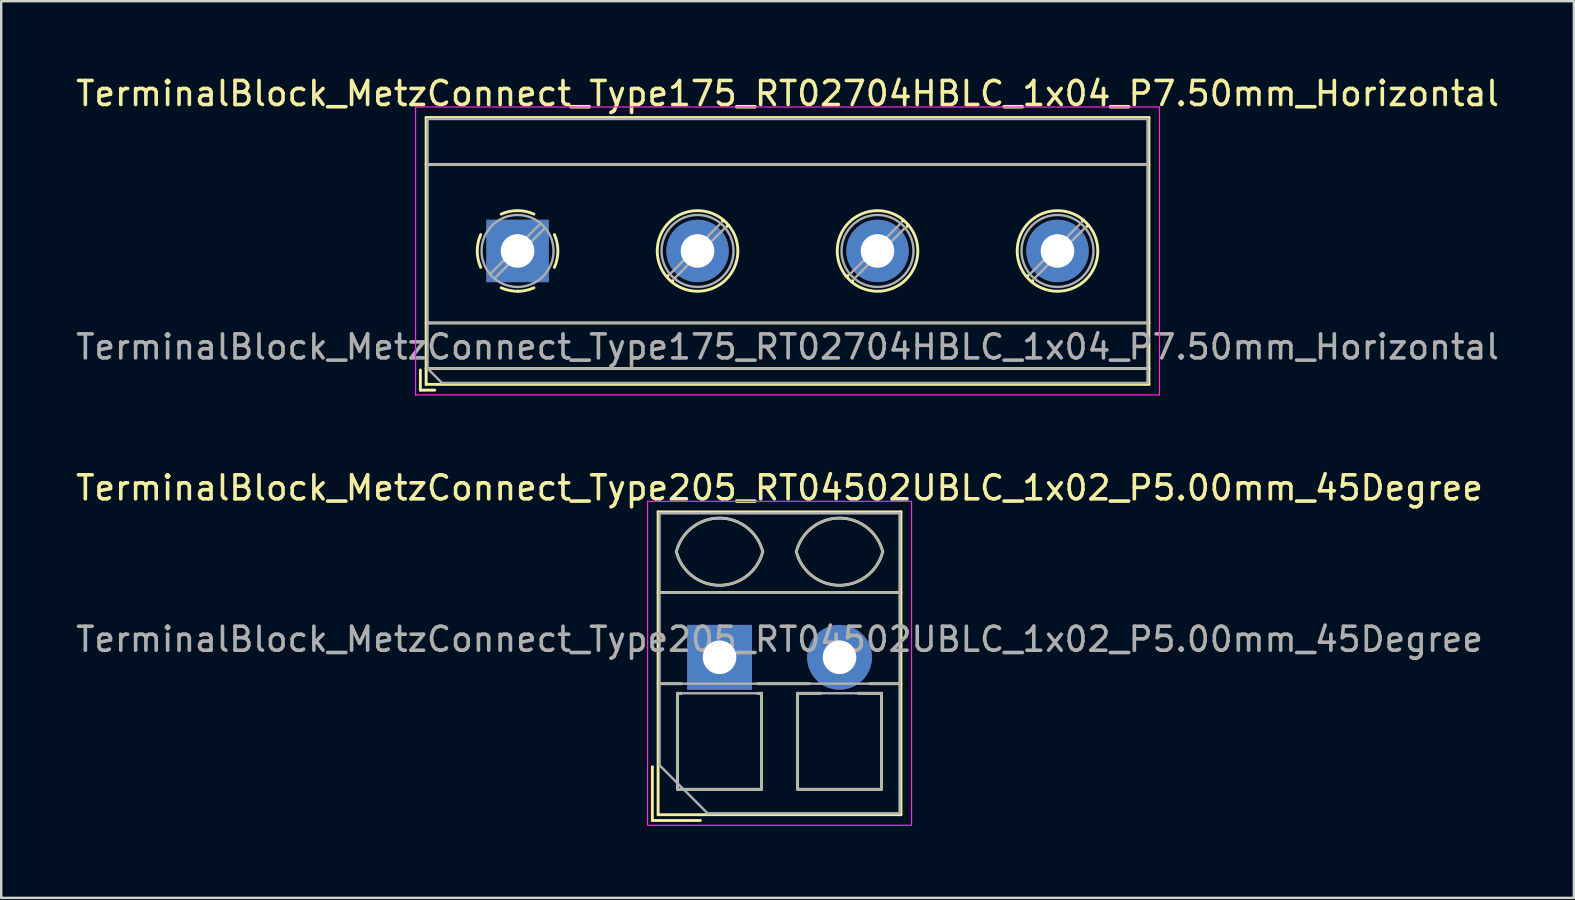
<source format=kicad_pcb>
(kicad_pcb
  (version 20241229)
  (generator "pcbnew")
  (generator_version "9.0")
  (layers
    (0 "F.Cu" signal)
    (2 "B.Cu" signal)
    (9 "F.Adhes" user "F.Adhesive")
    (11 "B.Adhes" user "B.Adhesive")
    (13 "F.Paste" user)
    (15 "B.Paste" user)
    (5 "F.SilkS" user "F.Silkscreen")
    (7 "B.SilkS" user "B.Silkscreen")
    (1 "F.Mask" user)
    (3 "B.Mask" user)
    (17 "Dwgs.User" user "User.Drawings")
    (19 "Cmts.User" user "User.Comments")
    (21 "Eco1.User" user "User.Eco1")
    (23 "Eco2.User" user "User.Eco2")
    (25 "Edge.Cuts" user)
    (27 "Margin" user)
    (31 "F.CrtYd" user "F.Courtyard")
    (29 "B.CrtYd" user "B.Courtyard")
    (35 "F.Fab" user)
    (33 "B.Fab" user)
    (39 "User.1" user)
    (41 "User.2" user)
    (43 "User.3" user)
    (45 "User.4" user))
  (footprint "TerminalBlock_MetzConnect_Type175_RT02704HBLC_1x04_P7.50mm_Horizontal"
    (layer "F.Cu")
    (at 18.518 7.408)
    (property "Reference" "TerminalBlock_MetzConnect_Type175_RT02704HBLC_1x04_P7.50mm_Horizontal" (at 11.25 -6.56 0) (layer "F.SilkS") (effects (font (size 1 1) (thickness 0.15))))
    (attr through_hole)
    (fp_line (start -4.05 4.96) (end -4.05 5.8) (stroke (width 0.12) (type solid)) (layer "F.SilkS"))
    (fp_line (start -4.05 5.8) (end -3.45 5.8) (stroke (width 0.12) (type solid)) (layer "F.SilkS"))
    (fp_line (start -3.81 -5.56) (end -3.81 5.56) (stroke (width 0.12) (type solid)) (layer "F.SilkS"))
    (fp_line (start -3.81 -5.56) (end 26.31 -5.56) (stroke (width 0.12) (type solid)) (layer "F.SilkS"))
    (fp_line (start -3.81 -3.6) (end 26.31 -3.6) (stroke (width 0.12) (type solid)) (layer "F.SilkS"))
    (fp_line (start -3.81 3) (end 26.31 3) (stroke (width 0.12) (type solid)) (layer "F.SilkS"))
    (fp_line (start -3.81 4.9) (end 26.31 4.9) (stroke (width 0.12) (type solid)) (layer "F.SilkS"))
    (fp_line (start -3.81 5.56) (end 26.31 5.56) (stroke (width 0.12) (type solid)) (layer "F.SilkS"))
    (fp_line (start 6.273 1.023) (end 6.226 1.069) (stroke (width 0.12) (type solid)) (layer "F.SilkS"))
    (fp_line (start 6.466 1.239) (end 6.431 1.274) (stroke (width 0.12) (type solid)) (layer "F.SilkS"))
    (fp_line (start 8.57 -1.275) (end 8.535 -1.239) (stroke (width 0.12) (type solid)) (layer "F.SilkS"))
    (fp_line (start 8.775 -1.069) (end 8.728 -1.023) (stroke (width 0.12) (type solid)) (layer "F.SilkS"))
    (fp_line (start 13.773 1.023) (end 13.726 1.069) (stroke (width 0.12) (type solid)) (layer "F.SilkS"))
    (fp_line (start 13.966 1.239) (end 13.931 1.274) (stroke (width 0.12) (type solid)) (layer "F.SilkS"))
    (fp_line (start 16.07 -1.275) (end 16.035 -1.239) (stroke (width 0.12) (type solid)) (layer "F.SilkS"))
    (fp_line (start 16.275 -1.069) (end 16.228 -1.023) (stroke (width 0.12) (type solid)) (layer "F.SilkS"))
    (fp_line (start 21.273 1.023) (end 21.226 1.069) (stroke (width 0.12) (type solid)) (layer "F.SilkS"))
    (fp_line (start 21.466 1.239) (end 21.431 1.274) (stroke (width 0.12) (type solid)) (layer "F.SilkS"))
    (fp_line (start 23.57 -1.275) (end 23.535 -1.239) (stroke (width 0.12) (type solid)) (layer "F.SilkS"))
    (fp_line (start 23.775 -1.069) (end 23.728 -1.023) (stroke (width 0.12) (type solid)) (layer "F.SilkS"))
    (fp_line (start 26.31 -5.56) (end 26.31 5.56) (stroke (width 0.12) (type solid)) (layer "F.SilkS"))
    (fp_arc (start -1.535427 0.683042) (mid -1.680501 -0.000524) (end -1.535 -0.684) (stroke (width 0.12) (type solid)) (layer "F.SilkS"))
    (fp_arc (start -0.683042 -1.535427) (mid 0.000524 -1.680501) (end 0.684 -1.535) (stroke (width 0.12) (type solid)) (layer "F.SilkS"))
    (fp_arc (start 0.028805 1.680253) (mid -0.335551 1.646659) (end -0.684 1.535) (stroke (width 0.12) (type solid)) (layer "F.SilkS"))
    (fp_arc (start 0.683318 1.534756) (mid 0.349292 1.643288) (end 0 1.68) (stroke (width 0.12) (type solid)) (layer "F.SilkS"))
    (fp_arc (start 1.535427 -0.683042) (mid 1.680501 0.000524) (end 1.535 0.684) (stroke (width 0.12) (type solid)) (layer "F.SilkS"))
    (fp_circle (center 7.5 0) (end 9.18 0) (stroke (width 0.12) (type solid)) (fill no) (layer "F.SilkS"))
    (fp_circle (center 15 0) (end 16.68 0) (stroke (width 0.12) (type solid)) (fill no) (layer "F.SilkS"))
    (fp_circle (center 22.5 0) (end 24.18 0) (stroke (width 0.12) (type solid)) (fill no) (layer "F.SilkS"))
    (fp_line (start -4.25 -6) (end -4.25 6) (stroke (width 0.05) (type solid)) (layer "F.CrtYd"))
    (fp_line (start -4.25 6) (end 26.75 6) (stroke (width 0.05) (type solid)) (layer "F.CrtYd"))
    (fp_line (start 26.75 -6) (end -4.25 -6) (stroke (width 0.05) (type solid)) (layer "F.CrtYd"))
    (fp_line (start 26.75 6) (end 26.75 -6) (stroke (width 0.05) (type solid)) (layer "F.CrtYd"))
    (fp_line (start -3.75 -5.5) (end 26.25 -5.5) (stroke (width 0.1) (type solid)) (layer "F.Fab"))
    (fp_line (start -3.75 -3.6) (end 26.25 -3.6) (stroke (width 0.1) (type solid)) (layer "F.Fab"))
    (fp_line (start -3.75 3) (end 26.25 3) (stroke (width 0.1) (type solid)) (layer "F.Fab"))
    (fp_line (start -3.75 4.9) (end -3.75 -5.5) (stroke (width 0.1) (type solid)) (layer "F.Fab"))
    (fp_line (start -3.75 4.9) (end 26.25 4.9) (stroke (width 0.1) (type solid)) (layer "F.Fab"))
    (fp_line (start -3.15 5.5) (end -3.75 4.9) (stroke (width 0.1) (type solid)) (layer "F.Fab"))
    (fp_line (start 0.955 -1.138) (end -1.138 0.955) (stroke (width 0.1) (type solid)) (layer "F.Fab"))
    (fp_line (start 1.138 -0.955) (end -0.955 1.138) (stroke (width 0.1) (type solid)) (layer "F.Fab"))
    (fp_line (start 8.455 -1.138) (end 6.363 0.955) (stroke (width 0.1) (type solid)) (layer "F.Fab"))
    (fp_line (start 8.638 -0.955) (end 6.546 1.138) (stroke (width 0.1) (type solid)) (layer "F.Fab"))
    (fp_line (start 15.955 -1.138) (end 13.863 0.955) (stroke (width 0.1) (type solid)) (layer "F.Fab"))
    (fp_line (start 16.138 -0.955) (end 14.046 1.138) (stroke (width 0.1) (type solid)) (layer "F.Fab"))
    (fp_line (start 23.455 -1.138) (end 21.363 0.955) (stroke (width 0.1) (type solid)) (layer "F.Fab"))
    (fp_line (start 23.638 -0.955) (end 21.546 1.138) (stroke (width 0.1) (type solid)) (layer "F.Fab"))
    (fp_line (start 26.25 -5.5) (end 26.25 5.5) (stroke (width 0.1) (type solid)) (layer "F.Fab"))
    (fp_line (start 26.25 5.5) (end -3.15 5.5) (stroke (width 0.1) (type solid)) (layer "F.Fab"))
    (fp_circle (center 0 0) (end 1.5 0) (stroke (width 0.1) (type solid)) (fill no) (layer "F.Fab"))
    (fp_circle (center 7.5 0) (end 9 0) (stroke (width 0.1) (type solid)) (fill no) (layer "F.Fab"))
    (fp_circle (center 15 0) (end 16.5 0) (stroke (width 0.1) (type solid)) (fill no) (layer "F.Fab"))
    (fp_circle (center 22.5 0) (end 24 0) (stroke (width 0.1) (type solid)) (fill no) (layer "F.Fab"))
    (fp_text user "${REFERENCE}" (at 11.25 4 0) (layer "F.Fab") (effects (font (size 1 1) (thickness 0.15))))
    (pad "1" thru_hole rect (at 0 0) (size 2.6 2.6) (drill 1.4) (layers "*.Cu" "*.Mask"))
    (pad "2" thru_hole circle (at 7.5 0) (size 2.6 2.6) (drill 1.4) (layers "*.Cu" "*.Mask"))
    (pad "3" thru_hole circle (at 15 0) (size 2.6 2.6) (drill 1.4) (layers "*.Cu" "*.Mask"))
    (pad "4" thru_hole circle (at 22.5 0) (size 2.6 2.6) (drill 1.4) (layers "*.Cu" "*.Mask")))
  (footprint "TerminalBlock_MetzConnect_Type205_RT04502UBLC_1x02_P5.00mm_45Degree"
    (layer "F.Cu")
    (at 26.935 24.341)
    (property "Reference" "TerminalBlock_MetzConnect_Type205_RT04502UBLC_1x02_P5.00mm_45Degree" (at 2.5 -7.06 0) (layer "F.SilkS") (effects (font (size 1 1) (thickness 0.15))))
    (attr through_hole)
    (fp_line (start -2.8 4.56) (end -2.8 6.8) (stroke (width 0.12) (type solid)) (layer "F.SilkS"))
    (fp_line (start -2.8 6.8) (end -0.8 6.8) (stroke (width 0.12) (type solid)) (layer "F.SilkS"))
    (fp_line (start -2.56 -6.06) (end -2.56 6.56) (stroke (width 0.12) (type solid)) (layer "F.SilkS"))
    (fp_line (start -2.56 -6.06) (end 7.56 -6.06) (stroke (width 0.12) (type solid)) (layer "F.SilkS"))
    (fp_line (start -2.56 -2.7) (end 7.56 -2.7) (stroke (width 0.12) (type solid)) (layer "F.SilkS"))
    (fp_line (start -2.56 1.1) (end -1.59 1.1) (stroke (width 0.12) (type solid)) (layer "F.SilkS"))
    (fp_line (start -2.56 6.56) (end 7.56 6.56) (stroke (width 0.12) (type solid)) (layer "F.SilkS"))
    (fp_line (start -1.75 1.5) (end -1.75 5.5) (stroke (width 0.12) (type solid)) (layer "F.SilkS"))
    (fp_line (start -1.75 1.5) (end -1.59 1.5) (stroke (width 0.12) (type solid)) (layer "F.SilkS"))
    (fp_line (start -1.75 5.5) (end 1.75 5.5) (stroke (width 0.12) (type solid)) (layer "F.SilkS"))
    (fp_line (start 1.59 1.1) (end 3.744 1.1) (stroke (width 0.12) (type solid)) (layer "F.SilkS"))
    (fp_line (start 1.59 1.5) (end 1.75 1.5) (stroke (width 0.12) (type solid)) (layer "F.SilkS"))
    (fp_line (start 1.75 1.5) (end 1.75 5.5) (stroke (width 0.12) (type solid)) (layer "F.SilkS"))
    (fp_line (start 3.25 1.5) (end 3.25 5.5) (stroke (width 0.12) (type solid)) (layer "F.SilkS"))
    (fp_line (start 3.25 1.5) (end 4.216 1.5) (stroke (width 0.12) (type solid)) (layer "F.SilkS"))
    (fp_line (start 3.25 5.5) (end 6.75 5.5) (stroke (width 0.12) (type solid)) (layer "F.SilkS"))
    (fp_line (start 5.785 1.5) (end 6.75 1.5) (stroke (width 0.12) (type solid)) (layer "F.SilkS"))
    (fp_line (start 6.257 1.1) (end 7.56 1.1) (stroke (width 0.12) (type solid)) (layer "F.SilkS"))
    (fp_line (start 6.75 1.5) (end 6.75 5.5) (stroke (width 0.12) (type solid)) (layer "F.SilkS"))
    (fp_line (start 7.56 -6.06) (end 7.56 6.56) (stroke (width 0.12) (type solid)) (layer "F.SilkS"))
    (fp_arc (start -1.800846 -4.400605) (mid 0.000312 -5.801077) (end 1.801 -4.4) (stroke (width 0.12) (type solid)) (layer "F.SilkS"))
    (fp_arc (start 1.8 -4.4) (mid -0.000903 -3.000646) (end -1.800445 -4.401751) (stroke (width 0.12) (type solid)) (layer "F.SilkS"))
    (fp_arc (start 3.199154 -4.400605) (mid 5.000312 -5.801077) (end 6.801 -4.4) (stroke (width 0.12) (type solid)) (layer "F.SilkS"))
    (fp_arc (start 6.8 -4.4) (mid 4.999097 -3.000646) (end 3.199555 -4.401751) (stroke (width 0.12) (type solid)) (layer "F.SilkS"))
    (fp_line (start -3 -6.5) (end -3 7) (stroke (width 0.05) (type solid)) (layer "F.CrtYd"))
    (fp_line (start -3 7) (end 8 7) (stroke (width 0.05) (type solid)) (layer "F.CrtYd"))
    (fp_line (start 8 -6.5) (end -3 -6.5) (stroke (width 0.05) (type solid)) (layer "F.CrtYd"))
    (fp_line (start 8 7) (end 8 -6.5) (stroke (width 0.05) (type solid)) (layer "F.CrtYd"))
    (fp_line (start -2.5 -6) (end 7.5 -6) (stroke (width 0.1) (type solid)) (layer "F.Fab"))
    (fp_line (start -2.5 -2.7) (end 7.5 -2.7) (stroke (width 0.1) (type solid)) (layer "F.Fab"))
    (fp_line (start -2.5 1.1) (end 7.5 1.1) (stroke (width 0.1) (type solid)) (layer "F.Fab"))
    (fp_line (start -2.5 4.5) (end -2.5 -6) (stroke (width 0.1) (type solid)) (layer "F.Fab"))
    (fp_line (start -1.75 1.5) (end -1.75 5.5) (stroke (width 0.1) (type solid)) (layer "F.Fab"))
    (fp_line (start -1.75 5.5) (end 1.75 5.5) (stroke (width 0.1) (type solid)) (layer "F.Fab"))
    (fp_line (start -0.5 6.5) (end -2.5 4.5) (stroke (width 0.1) (type solid)) (layer "F.Fab"))
    (fp_line (start 1.75 1.5) (end -1.75 1.5) (stroke (width 0.1) (type solid)) (layer "F.Fab"))
    (fp_line (start 1.75 5.5) (end 1.75 1.5) (stroke (width 0.1) (type solid)) (layer "F.Fab"))
    (fp_line (start 3.25 1.5) (end 3.25 5.5) (stroke (width 0.1) (type solid)) (layer "F.Fab"))
    (fp_line (start 3.25 5.5) (end 6.75 5.5) (stroke (width 0.1) (type solid)) (layer "F.Fab"))
    (fp_line (start 6.75 1.5) (end 3.25 1.5) (stroke (width 0.1) (type solid)) (layer "F.Fab"))
    (fp_line (start 6.75 5.5) (end 6.75 1.5) (stroke (width 0.1) (type solid)) (layer "F.Fab"))
    (fp_line (start 7.5 -6) (end 7.5 6.5) (stroke (width 0.1) (type solid)) (layer "F.Fab"))
    (fp_line (start 7.5 6.5) (end -0.5 6.5) (stroke (width 0.1) (type solid)) (layer "F.Fab"))
    (fp_arc (start -1.800846 -4.400605) (mid 0.000312 -5.801077) (end 1.801 -4.4) (stroke (width 0.1) (type solid)) (layer "F.Fab"))
    (fp_arc (start 1.8 -4.4) (mid -0.000903 -3.000646) (end -1.800445 -4.401751) (stroke (width 0.1) (type solid)) (layer "F.Fab"))
    (fp_arc (start 3.199154 -4.400605) (mid 5.000312 -5.801077) (end 6.801 -4.4) (stroke (width 0.1) (type solid)) (layer "F.Fab"))
    (fp_arc (start 6.8 -4.4) (mid 4.999097 -3.000646) (end 3.199555 -4.401751) (stroke (width 0.1) (type solid)) (layer "F.Fab"))
    (fp_text user "${REFERENCE}" (at 2.5 -0.75 0) (layer "F.Fab") (effects (font (size 1 1) (thickness 0.15))))
    (pad "1" thru_hole rect (at 0 0) (size 2.7 2.7) (drill 1.4) (layers "*.Cu" "*.Mask"))
    (pad "2" thru_hole circle (at 5 0) (size 2.7 2.7) (drill 1.4) (layers "*.Cu" "*.Mask")))
  (gr_rect
    (start -3 -3)
    (end 62.536 34.367)
    (stroke (width 0.1) (type default))
    (fill no)
    (layer "Edge.Cuts")))
</source>
